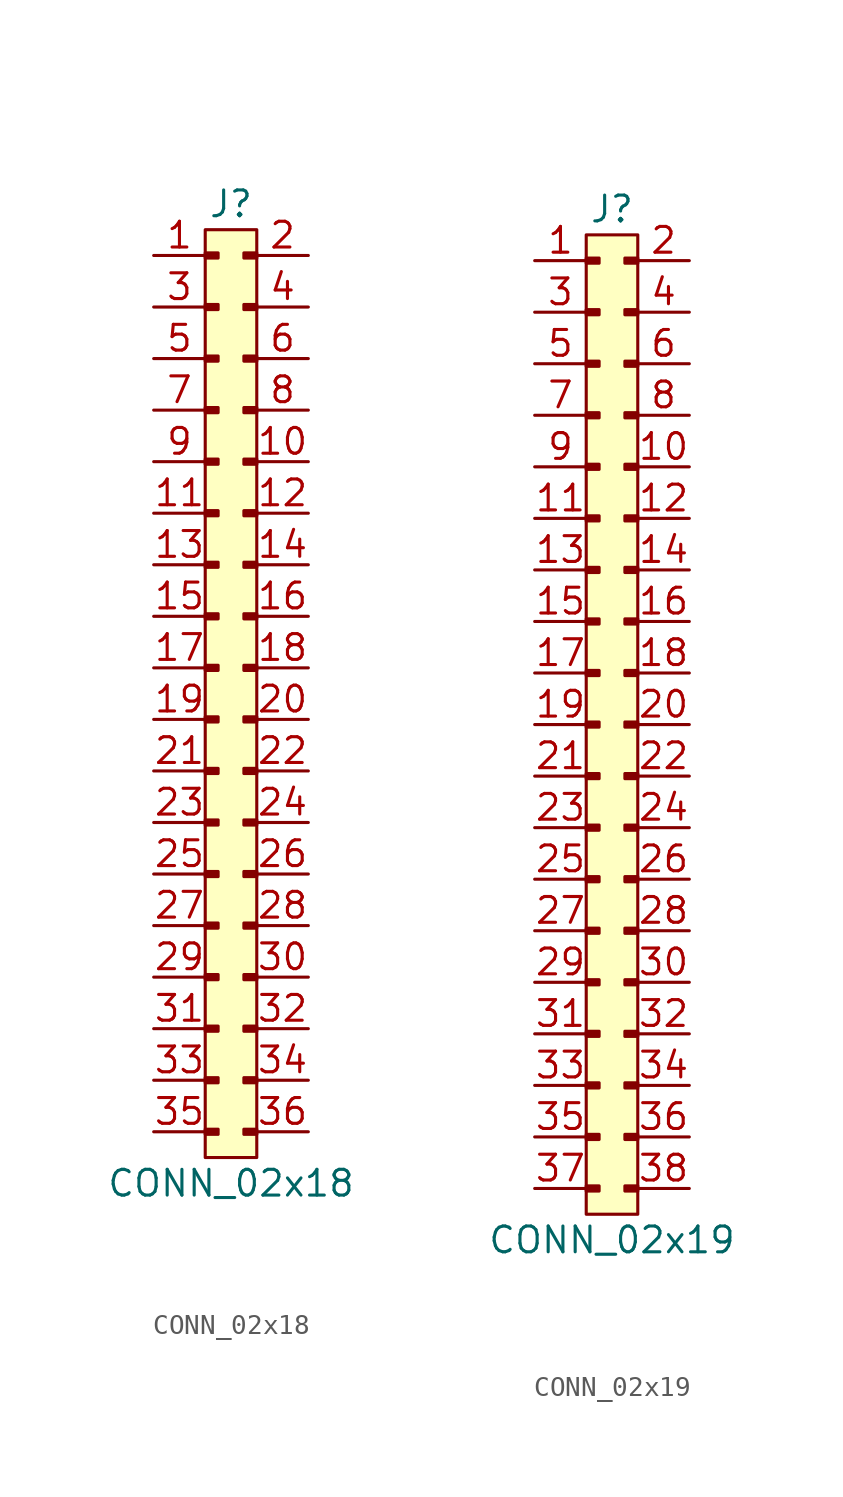
<source format=kicad_sym>
(kicad_symbol_lib
  (version 20211014)
  (generator agg_kicad.build_lib_connector)
  (symbol "CONN_02x18"
    (pin_names hide)
    (property Reference J
      (at -1.27 2.54 0)
      (effects (font (size 1.27 1.27))))
    (property Value "CONN_02x18"
      (at -1.27 -45.72 0)
      (effects (font (size 1.27 1.27))))
    (rectangle
      (start 0 -44.45)
      (end -2.54 1.27)
      (stroke (width 0) (type default) (color 0 0 0 0))
      (fill (type background)))
    (rectangle
      (start 0 0.127)
      (end -0.635 -0.127)
      (stroke (width 0) (type default) (color 0 0 0 0))
      (fill (type outline)))
    (rectangle
      (start -2.54 0.127)
      (end -1.905 -0.127)
      (stroke (width 0) (type default) (color 0 0 0 0))
      (fill (type outline)))
    (rectangle
      (start 0 -2.413)
      (end -0.635 -2.667)
      (stroke (width 0) (type default) (color 0 0 0 0))
      (fill (type outline)))
    (rectangle
      (start -2.54 -2.413)
      (end -1.905 -2.667)
      (stroke (width 0) (type default) (color 0 0 0 0))
      (fill (type outline)))
    (rectangle
      (start 0 -4.953)
      (end -0.635 -5.207)
      (stroke (width 0) (type default) (color 0 0 0 0))
      (fill (type outline)))
    (rectangle
      (start -2.54 -4.953)
      (end -1.905 -5.207)
      (stroke (width 0) (type default) (color 0 0 0 0))
      (fill (type outline)))
    (rectangle
      (start 0 -7.493)
      (end -0.635 -7.747)
      (stroke (width 0) (type default) (color 0 0 0 0))
      (fill (type outline)))
    (rectangle
      (start -2.54 -7.493)
      (end -1.905 -7.747)
      (stroke (width 0) (type default) (color 0 0 0 0))
      (fill (type outline)))
    (rectangle
      (start 0 -10.033)
      (end -0.635 -10.287)
      (stroke (width 0) (type default) (color 0 0 0 0))
      (fill (type outline)))
    (rectangle
      (start -2.54 -10.033)
      (end -1.905 -10.287)
      (stroke (width 0) (type default) (color 0 0 0 0))
      (fill (type outline)))
    (rectangle
      (start 0 -12.573)
      (end -0.635 -12.827)
      (stroke (width 0) (type default) (color 0 0 0 0))
      (fill (type outline)))
    (rectangle
      (start -2.54 -12.573)
      (end -1.905 -12.827)
      (stroke (width 0) (type default) (color 0 0 0 0))
      (fill (type outline)))
    (rectangle
      (start 0 -15.113)
      (end -0.635 -15.367)
      (stroke (width 0) (type default) (color 0 0 0 0))
      (fill (type outline)))
    (rectangle
      (start -2.54 -15.113)
      (end -1.905 -15.367)
      (stroke (width 0) (type default) (color 0 0 0 0))
      (fill (type outline)))
    (rectangle
      (start 0 -17.653)
      (end -0.635 -17.907)
      (stroke (width 0) (type default) (color 0 0 0 0))
      (fill (type outline)))
    (rectangle
      (start -2.54 -17.653)
      (end -1.905 -17.907)
      (stroke (width 0) (type default) (color 0 0 0 0))
      (fill (type outline)))
    (rectangle
      (start 0 -20.193)
      (end -0.635 -20.447)
      (stroke (width 0) (type default) (color 0 0 0 0))
      (fill (type outline)))
    (rectangle
      (start -2.54 -20.193)
      (end -1.905 -20.447)
      (stroke (width 0) (type default) (color 0 0 0 0))
      (fill (type outline)))
    (rectangle
      (start 0 -22.733)
      (end -0.635 -22.987)
      (stroke (width 0) (type default) (color 0 0 0 0))
      (fill (type outline)))
    (rectangle
      (start -2.54 -22.733)
      (end -1.905 -22.987)
      (stroke (width 0) (type default) (color 0 0 0 0))
      (fill (type outline)))
    (rectangle
      (start 0 -25.273)
      (end -0.635 -25.527)
      (stroke (width 0) (type default) (color 0 0 0 0))
      (fill (type outline)))
    (rectangle
      (start -2.54 -25.273)
      (end -1.905 -25.527)
      (stroke (width 0) (type default) (color 0 0 0 0))
      (fill (type outline)))
    (rectangle
      (start 0 -27.813)
      (end -0.635 -28.067)
      (stroke (width 0) (type default) (color 0 0 0 0))
      (fill (type outline)))
    (rectangle
      (start -2.54 -27.813)
      (end -1.905 -28.067)
      (stroke (width 0) (type default) (color 0 0 0 0))
      (fill (type outline)))
    (rectangle
      (start 0 -30.353)
      (end -0.635 -30.607)
      (stroke (width 0) (type default) (color 0 0 0 0))
      (fill (type outline)))
    (rectangle
      (start -2.54 -30.353)
      (end -1.905 -30.607)
      (stroke (width 0) (type default) (color 0 0 0 0))
      (fill (type outline)))
    (rectangle
      (start 0 -32.893)
      (end -0.635 -33.147)
      (stroke (width 0) (type default) (color 0 0 0 0))
      (fill (type outline)))
    (rectangle
      (start -2.54 -32.893)
      (end -1.905 -33.147)
      (stroke (width 0) (type default) (color 0 0 0 0))
      (fill (type outline)))
    (rectangle
      (start 0 -35.433)
      (end -0.635 -35.687)
      (stroke (width 0) (type default) (color 0 0 0 0))
      (fill (type outline)))
    (rectangle
      (start -2.54 -35.433)
      (end -1.905 -35.687)
      (stroke (width 0) (type default) (color 0 0 0 0))
      (fill (type outline)))
    (rectangle
      (start 0 -37.973)
      (end -0.635 -38.227)
      (stroke (width 0) (type default) (color 0 0 0 0))
      (fill (type outline)))
    (rectangle
      (start -2.54 -37.973)
      (end -1.905 -38.227)
      (stroke (width 0) (type default) (color 0 0 0 0))
      (fill (type outline)))
    (rectangle
      (start 0 -40.513)
      (end -0.635 -40.767)
      (stroke (width 0) (type default) (color 0 0 0 0))
      (fill (type outline)))
    (rectangle
      (start -2.54 -40.513)
      (end -1.905 -40.767)
      (stroke (width 0) (type default) (color 0 0 0 0))
      (fill (type outline)))
    (rectangle
      (start 0 -43.053)
      (end -0.635 -43.307)
      (stroke (width 0) (type default) (color 0 0 0 0))
      (fill (type outline)))
    (rectangle
      (start -2.54 -43.053)
      (end -1.905 -43.307)
      (stroke (width 0) (type default) (color 0 0 0 0))
      (fill (type outline)))
    (pin passive line
      (at 2.54 0 180)
      (length 2.54)
      (name "2" (effects (font (size 1.27 1.27))))
      (number "2" (effects (font (size 1.27 1.27)))))
    (pin passive line
      (at -5.08 0 0)
      (length 2.54)
      (name "1" (effects (font (size 1.27 1.27))))
      (number "1" (effects (font (size 1.27 1.27)))))
    (pin passive line
      (at 2.54 -2.54 180)
      (length 2.54)
      (name "4" (effects (font (size 1.27 1.27))))
      (number "4" (effects (font (size 1.27 1.27)))))
    (pin passive line
      (at -5.08 -2.54 0)
      (length 2.54)
      (name "3" (effects (font (size 1.27 1.27))))
      (number "3" (effects (font (size 1.27 1.27)))))
    (pin passive line
      (at 2.54 -5.08 180)
      (length 2.54)
      (name "6" (effects (font (size 1.27 1.27))))
      (number "6" (effects (font (size 1.27 1.27)))))
    (pin passive line
      (at -5.08 -5.08 0)
      (length 2.54)
      (name "5" (effects (font (size 1.27 1.27))))
      (number "5" (effects (font (size 1.27 1.27)))))
    (pin passive line
      (at 2.54 -7.62 180)
      (length 2.54)
      (name "8" (effects (font (size 1.27 1.27))))
      (number "8" (effects (font (size 1.27 1.27)))))
    (pin passive line
      (at -5.08 -7.62 0)
      (length 2.54)
      (name "7" (effects (font (size 1.27 1.27))))
      (number "7" (effects (font (size 1.27 1.27)))))
    (pin passive line
      (at 2.54 -10.16 180)
      (length 2.54)
      (name "10" (effects (font (size 1.27 1.27))))
      (number "10" (effects (font (size 1.27 1.27)))))
    (pin passive line
      (at -5.08 -10.16 0)
      (length 2.54)
      (name "9" (effects (font (size 1.27 1.27))))
      (number "9" (effects (font (size 1.27 1.27)))))
    (pin passive line
      (at 2.54 -12.7 180)
      (length 2.54)
      (name "12" (effects (font (size 1.27 1.27))))
      (number "12" (effects (font (size 1.27 1.27)))))
    (pin passive line
      (at -5.08 -12.7 0)
      (length 2.54)
      (name "11" (effects (font (size 1.27 1.27))))
      (number "11" (effects (font (size 1.27 1.27)))))
    (pin passive line
      (at 2.54 -15.24 180)
      (length 2.54)
      (name "14" (effects (font (size 1.27 1.27))))
      (number "14" (effects (font (size 1.27 1.27)))))
    (pin passive line
      (at -5.08 -15.24 0)
      (length 2.54)
      (name "13" (effects (font (size 1.27 1.27))))
      (number "13" (effects (font (size 1.27 1.27)))))
    (pin passive line
      (at 2.54 -17.78 180)
      (length 2.54)
      (name "16" (effects (font (size 1.27 1.27))))
      (number "16" (effects (font (size 1.27 1.27)))))
    (pin passive line
      (at -5.08 -17.78 0)
      (length 2.54)
      (name "15" (effects (font (size 1.27 1.27))))
      (number "15" (effects (font (size 1.27 1.27)))))
    (pin passive line
      (at 2.54 -20.32 180)
      (length 2.54)
      (name "18" (effects (font (size 1.27 1.27))))
      (number "18" (effects (font (size 1.27 1.27)))))
    (pin passive line
      (at -5.08 -20.32 0)
      (length 2.54)
      (name "17" (effects (font (size 1.27 1.27))))
      (number "17" (effects (font (size 1.27 1.27)))))
    (pin passive line
      (at 2.54 -22.86 180)
      (length 2.54)
      (name "20" (effects (font (size 1.27 1.27))))
      (number "20" (effects (font (size 1.27 1.27)))))
    (pin passive line
      (at -5.08 -22.86 0)
      (length 2.54)
      (name "19" (effects (font (size 1.27 1.27))))
      (number "19" (effects (font (size 1.27 1.27)))))
    (pin passive line
      (at 2.54 -25.4 180)
      (length 2.54)
      (name "22" (effects (font (size 1.27 1.27))))
      (number "22" (effects (font (size 1.27 1.27)))))
    (pin passive line
      (at -5.08 -25.4 0)
      (length 2.54)
      (name "21" (effects (font (size 1.27 1.27))))
      (number "21" (effects (font (size 1.27 1.27)))))
    (pin passive line
      (at 2.54 -27.94 180)
      (length 2.54)
      (name "24" (effects (font (size 1.27 1.27))))
      (number "24" (effects (font (size 1.27 1.27)))))
    (pin passive line
      (at -5.08 -27.94 0)
      (length 2.54)
      (name "23" (effects (font (size 1.27 1.27))))
      (number "23" (effects (font (size 1.27 1.27)))))
    (pin passive line
      (at 2.54 -30.48 180)
      (length 2.54)
      (name "26" (effects (font (size 1.27 1.27))))
      (number "26" (effects (font (size 1.27 1.27)))))
    (pin passive line
      (at -5.08 -30.48 0)
      (length 2.54)
      (name "25" (effects (font (size 1.27 1.27))))
      (number "25" (effects (font (size 1.27 1.27)))))
    (pin passive line
      (at 2.54 -33.02 180)
      (length 2.54)
      (name "28" (effects (font (size 1.27 1.27))))
      (number "28" (effects (font (size 1.27 1.27)))))
    (pin passive line
      (at -5.08 -33.02 0)
      (length 2.54)
      (name "27" (effects (font (size 1.27 1.27))))
      (number "27" (effects (font (size 1.27 1.27)))))
    (pin passive line
      (at 2.54 -35.56 180)
      (length 2.54)
      (name "30" (effects (font (size 1.27 1.27))))
      (number "30" (effects (font (size 1.27 1.27)))))
    (pin passive line
      (at -5.08 -35.56 0)
      (length 2.54)
      (name "29" (effects (font (size 1.27 1.27))))
      (number "29" (effects (font (size 1.27 1.27)))))
    (pin passive line
      (at 2.54 -38.1 180)
      (length 2.54)
      (name "32" (effects (font (size 1.27 1.27))))
      (number "32" (effects (font (size 1.27 1.27)))))
    (pin passive line
      (at -5.08 -38.1 0)
      (length 2.54)
      (name "31" (effects (font (size 1.27 1.27))))
      (number "31" (effects (font (size 1.27 1.27)))))
    (pin passive line
      (at 2.54 -40.64 180)
      (length 2.54)
      (name "34" (effects (font (size 1.27 1.27))))
      (number "34" (effects (font (size 1.27 1.27)))))
    (pin passive line
      (at -5.08 -40.64 0)
      (length 2.54)
      (name "33" (effects (font (size 1.27 1.27))))
      (number "33" (effects (font (size 1.27 1.27)))))
    (pin passive line
      (at 2.54 -43.18 180)
      (length 2.54)
      (name "36" (effects (font (size 1.27 1.27))))
      (number "36" (effects (font (size 1.27 1.27)))))
    (pin passive line
      (at -5.08 -43.18 0)
      (length 2.54)
      (name "35" (effects (font (size 1.27 1.27))))
      (number "35" (effects (font (size 1.27 1.27))))))
  (symbol "CONN_02x19"
    (pin_names hide)
    (property Reference J
      (at -1.27 2.54 0)
      (effects (font (size 1.27 1.27))))
    (property Value "CONN_02x19"
      (at -1.27 -48.26 0)
      (effects (font (size 1.27 1.27))))
    (rectangle
      (start 0 -46.99)
      (end -2.54 1.27)
      (stroke (width 0) (type default) (color 0 0 0 0))
      (fill (type background)))
    (rectangle
      (start 0 0.127)
      (end -0.635 -0.127)
      (stroke (width 0) (type default) (color 0 0 0 0))
      (fill (type outline)))
    (rectangle
      (start -2.54 0.127)
      (end -1.905 -0.127)
      (stroke (width 0) (type default) (color 0 0 0 0))
      (fill (type outline)))
    (rectangle
      (start 0 -2.413)
      (end -0.635 -2.667)
      (stroke (width 0) (type default) (color 0 0 0 0))
      (fill (type outline)))
    (rectangle
      (start -2.54 -2.413)
      (end -1.905 -2.667)
      (stroke (width 0) (type default) (color 0 0 0 0))
      (fill (type outline)))
    (rectangle
      (start 0 -4.953)
      (end -0.635 -5.207)
      (stroke (width 0) (type default) (color 0 0 0 0))
      (fill (type outline)))
    (rectangle
      (start -2.54 -4.953)
      (end -1.905 -5.207)
      (stroke (width 0) (type default) (color 0 0 0 0))
      (fill (type outline)))
    (rectangle
      (start 0 -7.493)
      (end -0.635 -7.747)
      (stroke (width 0) (type default) (color 0 0 0 0))
      (fill (type outline)))
    (rectangle
      (start -2.54 -7.493)
      (end -1.905 -7.747)
      (stroke (width 0) (type default) (color 0 0 0 0))
      (fill (type outline)))
    (rectangle
      (start 0 -10.033)
      (end -0.635 -10.287)
      (stroke (width 0) (type default) (color 0 0 0 0))
      (fill (type outline)))
    (rectangle
      (start -2.54 -10.033)
      (end -1.905 -10.287)
      (stroke (width 0) (type default) (color 0 0 0 0))
      (fill (type outline)))
    (rectangle
      (start 0 -12.573)
      (end -0.635 -12.827)
      (stroke (width 0) (type default) (color 0 0 0 0))
      (fill (type outline)))
    (rectangle
      (start -2.54 -12.573)
      (end -1.905 -12.827)
      (stroke (width 0) (type default) (color 0 0 0 0))
      (fill (type outline)))
    (rectangle
      (start 0 -15.113)
      (end -0.635 -15.367)
      (stroke (width 0) (type default) (color 0 0 0 0))
      (fill (type outline)))
    (rectangle
      (start -2.54 -15.113)
      (end -1.905 -15.367)
      (stroke (width 0) (type default) (color 0 0 0 0))
      (fill (type outline)))
    (rectangle
      (start 0 -17.653)
      (end -0.635 -17.907)
      (stroke (width 0) (type default) (color 0 0 0 0))
      (fill (type outline)))
    (rectangle
      (start -2.54 -17.653)
      (end -1.905 -17.907)
      (stroke (width 0) (type default) (color 0 0 0 0))
      (fill (type outline)))
    (rectangle
      (start 0 -20.193)
      (end -0.635 -20.447)
      (stroke (width 0) (type default) (color 0 0 0 0))
      (fill (type outline)))
    (rectangle
      (start -2.54 -20.193)
      (end -1.905 -20.447)
      (stroke (width 0) (type default) (color 0 0 0 0))
      (fill (type outline)))
    (rectangle
      (start 0 -22.733)
      (end -0.635 -22.987)
      (stroke (width 0) (type default) (color 0 0 0 0))
      (fill (type outline)))
    (rectangle
      (start -2.54 -22.733)
      (end -1.905 -22.987)
      (stroke (width 0) (type default) (color 0 0 0 0))
      (fill (type outline)))
    (rectangle
      (start 0 -25.273)
      (end -0.635 -25.527)
      (stroke (width 0) (type default) (color 0 0 0 0))
      (fill (type outline)))
    (rectangle
      (start -2.54 -25.273)
      (end -1.905 -25.527)
      (stroke (width 0) (type default) (color 0 0 0 0))
      (fill (type outline)))
    (rectangle
      (start 0 -27.813)
      (end -0.635 -28.067)
      (stroke (width 0) (type default) (color 0 0 0 0))
      (fill (type outline)))
    (rectangle
      (start -2.54 -27.813)
      (end -1.905 -28.067)
      (stroke (width 0) (type default) (color 0 0 0 0))
      (fill (type outline)))
    (rectangle
      (start 0 -30.353)
      (end -0.635 -30.607)
      (stroke (width 0) (type default) (color 0 0 0 0))
      (fill (type outline)))
    (rectangle
      (start -2.54 -30.353)
      (end -1.905 -30.607)
      (stroke (width 0) (type default) (color 0 0 0 0))
      (fill (type outline)))
    (rectangle
      (start 0 -32.893)
      (end -0.635 -33.147)
      (stroke (width 0) (type default) (color 0 0 0 0))
      (fill (type outline)))
    (rectangle
      (start -2.54 -32.893)
      (end -1.905 -33.147)
      (stroke (width 0) (type default) (color 0 0 0 0))
      (fill (type outline)))
    (rectangle
      (start 0 -35.433)
      (end -0.635 -35.687)
      (stroke (width 0) (type default) (color 0 0 0 0))
      (fill (type outline)))
    (rectangle
      (start -2.54 -35.433)
      (end -1.905 -35.687)
      (stroke (width 0) (type default) (color 0 0 0 0))
      (fill (type outline)))
    (rectangle
      (start 0 -37.973)
      (end -0.635 -38.227)
      (stroke (width 0) (type default) (color 0 0 0 0))
      (fill (type outline)))
    (rectangle
      (start -2.54 -37.973)
      (end -1.905 -38.227)
      (stroke (width 0) (type default) (color 0 0 0 0))
      (fill (type outline)))
    (rectangle
      (start 0 -40.513)
      (end -0.635 -40.767)
      (stroke (width 0) (type default) (color 0 0 0 0))
      (fill (type outline)))
    (rectangle
      (start -2.54 -40.513)
      (end -1.905 -40.767)
      (stroke (width 0) (type default) (color 0 0 0 0))
      (fill (type outline)))
    (rectangle
      (start 0 -43.053)
      (end -0.635 -43.307)
      (stroke (width 0) (type default) (color 0 0 0 0))
      (fill (type outline)))
    (rectangle
      (start -2.54 -43.053)
      (end -1.905 -43.307)
      (stroke (width 0) (type default) (color 0 0 0 0))
      (fill (type outline)))
    (rectangle
      (start 0 -45.593)
      (end -0.635 -45.847)
      (stroke (width 0) (type default) (color 0 0 0 0))
      (fill (type outline)))
    (rectangle
      (start -2.54 -45.593)
      (end -1.905 -45.847)
      (stroke (width 0) (type default) (color 0 0 0 0))
      (fill (type outline)))
    (pin passive line
      (at 2.54 0 180)
      (length 2.54)
      (name "2" (effects (font (size 1.27 1.27))))
      (number "2" (effects (font (size 1.27 1.27)))))
    (pin passive line
      (at -5.08 0 0)
      (length 2.54)
      (name "1" (effects (font (size 1.27 1.27))))
      (number "1" (effects (font (size 1.27 1.27)))))
    (pin passive line
      (at 2.54 -2.54 180)
      (length 2.54)
      (name "4" (effects (font (size 1.27 1.27))))
      (number "4" (effects (font (size 1.27 1.27)))))
    (pin passive line
      (at -5.08 -2.54 0)
      (length 2.54)
      (name "3" (effects (font (size 1.27 1.27))))
      (number "3" (effects (font (size 1.27 1.27)))))
    (pin passive line
      (at 2.54 -5.08 180)
      (length 2.54)
      (name "6" (effects (font (size 1.27 1.27))))
      (number "6" (effects (font (size 1.27 1.27)))))
    (pin passive line
      (at -5.08 -5.08 0)
      (length 2.54)
      (name "5" (effects (font (size 1.27 1.27))))
      (number "5" (effects (font (size 1.27 1.27)))))
    (pin passive line
      (at 2.54 -7.62 180)
      (length 2.54)
      (name "8" (effects (font (size 1.27 1.27))))
      (number "8" (effects (font (size 1.27 1.27)))))
    (pin passive line
      (at -5.08 -7.62 0)
      (length 2.54)
      (name "7" (effects (font (size 1.27 1.27))))
      (number "7" (effects (font (size 1.27 1.27)))))
    (pin passive line
      (at 2.54 -10.16 180)
      (length 2.54)
      (name "10" (effects (font (size 1.27 1.27))))
      (number "10" (effects (font (size 1.27 1.27)))))
    (pin passive line
      (at -5.08 -10.16 0)
      (length 2.54)
      (name "9" (effects (font (size 1.27 1.27))))
      (number "9" (effects (font (size 1.27 1.27)))))
    (pin passive line
      (at 2.54 -12.7 180)
      (length 2.54)
      (name "12" (effects (font (size 1.27 1.27))))
      (number "12" (effects (font (size 1.27 1.27)))))
    (pin passive line
      (at -5.08 -12.7 0)
      (length 2.54)
      (name "11" (effects (font (size 1.27 1.27))))
      (number "11" (effects (font (size 1.27 1.27)))))
    (pin passive line
      (at 2.54 -15.24 180)
      (length 2.54)
      (name "14" (effects (font (size 1.27 1.27))))
      (number "14" (effects (font (size 1.27 1.27)))))
    (pin passive line
      (at -5.08 -15.24 0)
      (length 2.54)
      (name "13" (effects (font (size 1.27 1.27))))
      (number "13" (effects (font (size 1.27 1.27)))))
    (pin passive line
      (at 2.54 -17.78 180)
      (length 2.54)
      (name "16" (effects (font (size 1.27 1.27))))
      (number "16" (effects (font (size 1.27 1.27)))))
    (pin passive line
      (at -5.08 -17.78 0)
      (length 2.54)
      (name "15" (effects (font (size 1.27 1.27))))
      (number "15" (effects (font (size 1.27 1.27)))))
    (pin passive line
      (at 2.54 -20.32 180)
      (length 2.54)
      (name "18" (effects (font (size 1.27 1.27))))
      (number "18" (effects (font (size 1.27 1.27)))))
    (pin passive line
      (at -5.08 -20.32 0)
      (length 2.54)
      (name "17" (effects (font (size 1.27 1.27))))
      (number "17" (effects (font (size 1.27 1.27)))))
    (pin passive line
      (at 2.54 -22.86 180)
      (length 2.54)
      (name "20" (effects (font (size 1.27 1.27))))
      (number "20" (effects (font (size 1.27 1.27)))))
    (pin passive line
      (at -5.08 -22.86 0)
      (length 2.54)
      (name "19" (effects (font (size 1.27 1.27))))
      (number "19" (effects (font (size 1.27 1.27)))))
    (pin passive line
      (at 2.54 -25.4 180)
      (length 2.54)
      (name "22" (effects (font (size 1.27 1.27))))
      (number "22" (effects (font (size 1.27 1.27)))))
    (pin passive line
      (at -5.08 -25.4 0)
      (length 2.54)
      (name "21" (effects (font (size 1.27 1.27))))
      (number "21" (effects (font (size 1.27 1.27)))))
    (pin passive line
      (at 2.54 -27.94 180)
      (length 2.54)
      (name "24" (effects (font (size 1.27 1.27))))
      (number "24" (effects (font (size 1.27 1.27)))))
    (pin passive line
      (at -5.08 -27.94 0)
      (length 2.54)
      (name "23" (effects (font (size 1.27 1.27))))
      (number "23" (effects (font (size 1.27 1.27)))))
    (pin passive line
      (at 2.54 -30.48 180)
      (length 2.54)
      (name "26" (effects (font (size 1.27 1.27))))
      (number "26" (effects (font (size 1.27 1.27)))))
    (pin passive line
      (at -5.08 -30.48 0)
      (length 2.54)
      (name "25" (effects (font (size 1.27 1.27))))
      (number "25" (effects (font (size 1.27 1.27)))))
    (pin passive line
      (at 2.54 -33.02 180)
      (length 2.54)
      (name "28" (effects (font (size 1.27 1.27))))
      (number "28" (effects (font (size 1.27 1.27)))))
    (pin passive line
      (at -5.08 -33.02 0)
      (length 2.54)
      (name "27" (effects (font (size 1.27 1.27))))
      (number "27" (effects (font (size 1.27 1.27)))))
    (pin passive line
      (at 2.54 -35.56 180)
      (length 2.54)
      (name "30" (effects (font (size 1.27 1.27))))
      (number "30" (effects (font (size 1.27 1.27)))))
    (pin passive line
      (at -5.08 -35.56 0)
      (length 2.54)
      (name "29" (effects (font (size 1.27 1.27))))
      (number "29" (effects (font (size 1.27 1.27)))))
    (pin passive line
      (at 2.54 -38.1 180)
      (length 2.54)
      (name "32" (effects (font (size 1.27 1.27))))
      (number "32" (effects (font (size 1.27 1.27)))))
    (pin passive line
      (at -5.08 -38.1 0)
      (length 2.54)
      (name "31" (effects (font (size 1.27 1.27))))
      (number "31" (effects (font (size 1.27 1.27)))))
    (pin passive line
      (at 2.54 -40.64 180)
      (length 2.54)
      (name "34" (effects (font (size 1.27 1.27))))
      (number "34" (effects (font (size 1.27 1.27)))))
    (pin passive line
      (at -5.08 -40.64 0)
      (length 2.54)
      (name "33" (effects (font (size 1.27 1.27))))
      (number "33" (effects (font (size 1.27 1.27)))))
    (pin passive line
      (at 2.54 -43.18 180)
      (length 2.54)
      (name "36" (effects (font (size 1.27 1.27))))
      (number "36" (effects (font (size 1.27 1.27)))))
    (pin passive line
      (at -5.08 -43.18 0)
      (length 2.54)
      (name "35" (effects (font (size 1.27 1.27))))
      (number "35" (effects (font (size 1.27 1.27)))))
    (pin passive line
      (at 2.54 -45.72 180)
      (length 2.54)
      (name "38" (effects (font (size 1.27 1.27))))
      (number "38" (effects (font (size 1.27 1.27)))))
    (pin passive line
      (at -5.08 -45.72 0)
      (length 2.54)
      (name "37" (effects (font (size 1.27 1.27))))
      (number "37" (effects (font (size 1.27 1.27)))))))
</source>
